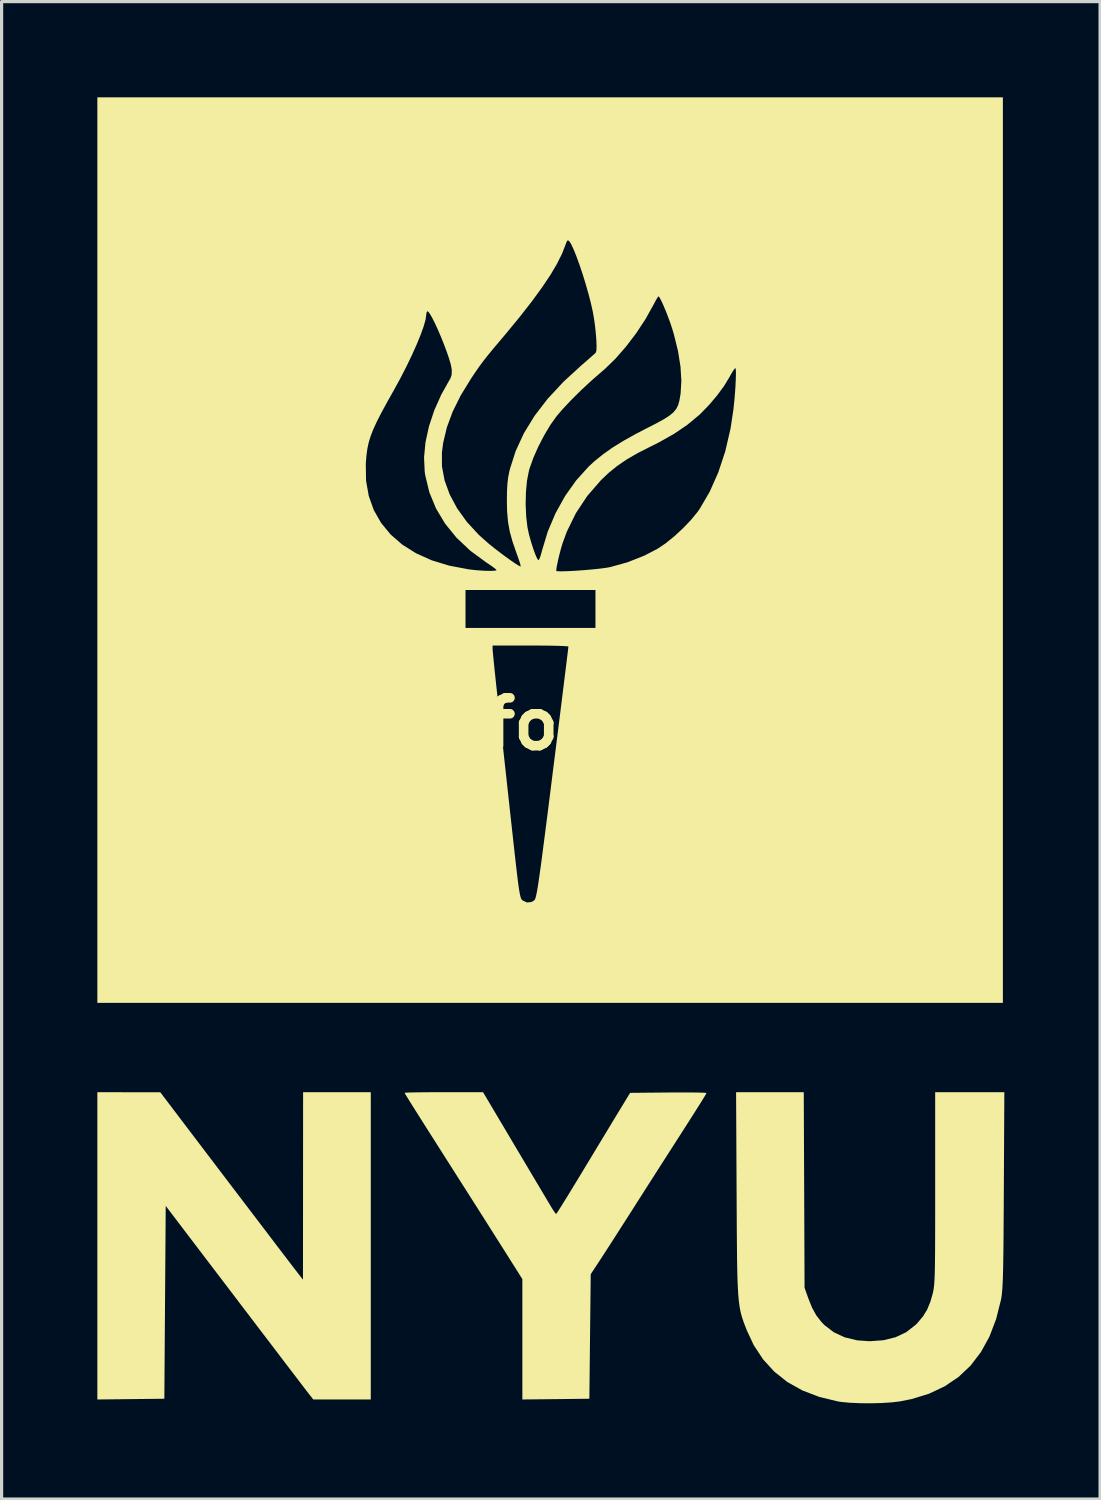
<source format=kicad_pcb>
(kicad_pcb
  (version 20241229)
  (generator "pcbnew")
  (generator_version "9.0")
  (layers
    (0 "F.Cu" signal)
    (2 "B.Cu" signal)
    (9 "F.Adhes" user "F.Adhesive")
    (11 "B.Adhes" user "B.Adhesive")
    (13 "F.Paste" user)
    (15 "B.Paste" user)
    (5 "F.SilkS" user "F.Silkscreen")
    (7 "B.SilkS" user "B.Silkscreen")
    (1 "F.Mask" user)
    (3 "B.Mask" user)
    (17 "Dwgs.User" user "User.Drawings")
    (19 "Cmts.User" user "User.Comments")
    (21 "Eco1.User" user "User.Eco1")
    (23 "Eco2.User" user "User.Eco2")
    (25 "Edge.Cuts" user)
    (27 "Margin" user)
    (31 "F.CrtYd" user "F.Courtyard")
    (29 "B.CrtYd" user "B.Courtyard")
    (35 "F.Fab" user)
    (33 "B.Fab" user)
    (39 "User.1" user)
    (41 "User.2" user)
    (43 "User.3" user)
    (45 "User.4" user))
  (footprint "NYU_footprint"
    (layer "F.Cu")
    (at 14.248 19.633)
    (property "Reference" "NYU_footprint" (at 0 0 0) (layer "F.SilkS") (effects (font (size 1.5 1.5) (thickness 0.3))))
    (attr board_only exclude_from_pos_files exclude_from_bom)
    (fp_poly (pts (xy -5.682 16.347) (xy -5.682 21.16) (xy -6.583 21.16) (xy -7.484 21.16) (xy -7.593 21.022) (xy -7.647 20.953) (xy -7.744 20.826) (xy -7.877 20.652) (xy -8.038 20.441) (xy -8.22 20.203) (xy -8.415 19.947) (xy -8.444 19.909) (xy -8.663 19.621) (xy -8.891 19.321) (xy -9.116 19.027) (xy -9.324 18.753) (xy -9.504 18.516) (xy -9.623 18.361) (xy -9.75 18.194) (xy -9.919 17.971) (xy -10.122 17.705) (xy -10.349 17.406) (xy -10.592 17.087) (xy -10.841 16.76) (xy -11.082 16.443) (xy -12.106 15.097) (xy -12.128 18.118) (xy -12.149 21.138) (xy -13.198 21.15) (xy -14.248 21.161) (xy -14.248 16.347) (xy -14.248 11.534) (xy -13.262 11.536) (xy -12.276 11.537) (xy -10.983 13.241) (xy -10.596 13.75) (xy -10.221 14.244) (xy -9.861 14.717) (xy -9.52 15.165) (xy -9.202 15.583) (xy -8.91 15.966) (xy -8.648 16.311) (xy -8.419 16.611) (xy -8.227 16.863) (xy -8.075 17.061) (xy -7.967 17.201) (xy -7.907 17.279) (xy -7.907 17.28) (xy -7.806 17.407) (xy -7.804 14.47) (xy -7.802 11.534) (xy -6.742 11.534) (xy -5.682 11.534)) (stroke (width 0) (type solid)) (fill yes) (layer "F.SilkS"))
    (fp_poly (pts (xy 7.896 14.598) (xy 7.908 17.661) (xy 8.025 17.991) (xy 8.144 18.287) (xy 8.274 18.524) (xy 8.433 18.728) (xy 8.534 18.833) (xy 8.822 19.054) (xy 9.163 19.213) (xy 9.551 19.308) (xy 9.942 19.336) (xy 10.377 19.305) (xy 10.757 19.212) (xy 11.088 19.056) (xy 11.376 18.833) (xy 11.445 18.764) (xy 11.618 18.559) (xy 11.748 18.347) (xy 11.849 18.101) (xy 11.918 17.863) (xy 11.934 17.797) (xy 11.948 17.729) (xy 11.959 17.651) (xy 11.969 17.557) (xy 11.977 17.442) (xy 11.984 17.297) (xy 11.989 17.118) (xy 11.993 16.896) (xy 11.996 16.627) (xy 11.998 16.303) (xy 11.999 15.919) (xy 12 15.466) (xy 12 14.94) (xy 12 14.538) (xy 12 11.534) (xy 13.084 11.534) (xy 14.167 11.534) (xy 14.151 14.598) (xy 14.148 15.194) (xy 14.144 15.713) (xy 14.141 16.159) (xy 14.137 16.539) (xy 14.132 16.861) (xy 14.127 17.129) (xy 14.121 17.351) (xy 14.113 17.534) (xy 14.105 17.682) (xy 14.095 17.803) (xy 14.084 17.904) (xy 14.071 17.989) (xy 14.063 18.033) (xy 13.909 18.644) (xy 13.7 19.192) (xy 13.433 19.676) (xy 13.111 20.098) (xy 12.732 20.456) (xy 12.296 20.75) (xy 11.804 20.982) (xy 11.255 21.15) (xy 10.898 21.221) (xy 10.637 21.252) (xy 10.325 21.272) (xy 9.987 21.281) (xy 9.647 21.278) (xy 9.33 21.264) (xy 9.061 21.239) (xy 8.957 21.223) (xy 8.369 21.081) (xy 7.84 20.878) (xy 7.37 20.615) (xy 6.96 20.29) (xy 6.609 19.905) (xy 6.316 19.46) (xy 6.101 18.999) (xy 6.047 18.861) (xy 5.999 18.735) (xy 5.958 18.615) (xy 5.923 18.494) (xy 5.893 18.367) (xy 5.868 18.226) (xy 5.848 18.065) (xy 5.831 17.878) (xy 5.818 17.657) (xy 5.807 17.397) (xy 5.799 17.09) (xy 5.793 16.731) (xy 5.789 16.312) (xy 5.785 15.828) (xy 5.782 15.271) (xy 5.779 14.704) (xy 5.763 11.534) (xy 6.823 11.534) (xy 7.883 11.534)) (stroke (width 0) (type solid)) (fill yes) (layer "F.SilkS"))
    (fp_poly (pts (xy -1.479 12.689) (xy -1.179 13.196) (xy -0.91 13.648) (xy -0.663 14.064) (xy -0.426 14.462) (xy -0.189 14.861) (xy -0.03 15.128) (xy 0.043 15.245) (xy 0.1 15.325) (xy 0.126 15.35) (xy 0.152 15.315) (xy 0.217 15.215) (xy 0.316 15.057) (xy 0.444 14.851) (xy 0.596 14.603) (xy 0.767 14.322) (xy 0.954 14.015) (xy 0.996 13.944) (xy 1.2 13.607) (xy 1.402 13.272) (xy 1.597 12.95) (xy 1.776 12.654) (xy 1.932 12.396) (xy 2.058 12.187) (xy 2.144 12.047) (xy 2.443 11.555) (xy 3.638 11.544) (xy 3.947 11.542) (xy 4.226 11.542) (xy 4.465 11.544) (xy 4.653 11.548) (xy 4.779 11.553) (xy 4.833 11.56) (xy 4.834 11.562) (xy 4.822 11.588) (xy 4.783 11.655) (xy 4.716 11.765) (xy 4.617 11.923) (xy 4.485 12.132) (xy 4.317 12.396) (xy 4.111 12.719) (xy 3.864 13.104) (xy 3.574 13.556) (xy 3.498 13.675) (xy 3.421 13.795) (xy 3.306 13.975) (xy 3.16 14.203) (xy 2.991 14.467) (xy 2.807 14.756) (xy 2.615 15.057) (xy 2.523 15.202) (xy 2.326 15.51) (xy 2.13 15.816) (xy 1.944 16.107) (xy 1.775 16.37) (xy 1.631 16.592) (xy 1.521 16.761) (xy 1.487 16.813) (xy 1.209 17.237) (xy 1.187 19.188) (xy 1.166 21.138) (xy 0.117 21.15) (xy -0.933 21.161) (xy -0.933 19.276) (xy -0.933 17.39) (xy -1.476 16.529) (xy -1.643 16.265) (xy -1.844 15.948) (xy -2.067 15.596) (xy -2.299 15.229) (xy -2.53 14.866) (xy -2.748 14.524) (xy -2.775 14.481) (xy -3.118 13.942) (xy -3.418 13.47) (xy -3.678 13.061) (xy -3.9 12.712) (xy -4.086 12.418) (xy -4.24 12.174) (xy -4.364 11.978) (xy -4.46 11.825) (xy -4.531 11.71) (xy -4.58 11.63) (xy -4.609 11.58) (xy -4.621 11.557) (xy -4.622 11.554) (xy -4.581 11.549) (xy -4.466 11.544) (xy -4.288 11.54) (xy -4.056 11.537) (xy -3.782 11.535) (xy -3.475 11.534) (xy -3.394 11.534) (xy -2.165 11.534)) (stroke (width 0) (type solid)) (fill yes) (layer "F.SilkS"))
    (fp_poly (pts (xy 14.121 -5.449) (xy 14.121 8.735) (xy -0.064 8.735) (xy -14.248 8.735) (xy -14.248 -2.459) (xy -1.866 -2.459) (xy -1.866 -2.353) (xy -1.861 -2.288) (xy -1.848 -2.148) (xy -1.828 -1.944) (xy -1.802 -1.687) (xy -1.77 -1.387) (xy -1.734 -1.053) (xy -1.697 -0.71) (xy -1.658 -0.351) (xy -1.611 0.076) (xy -1.558 0.555) (xy -1.502 1.07) (xy -1.443 1.604) (xy -1.384 2.143) (xy -1.327 2.668) (xy -1.275 3.138) (xy -1.22 3.639) (xy -1.173 4.063) (xy -1.133 4.417) (xy -1.099 4.706) (xy -1.071 4.938) (xy -1.046 5.119) (xy -1.024 5.257) (xy -1.005 5.357) (xy -0.987 5.427) (xy -0.969 5.474) (xy -0.95 5.504) (xy -0.931 5.523) (xy -0.791 5.59) (xy -0.648 5.577) (xy -0.56 5.523) (xy -0.545 5.504) (xy -0.529 5.472) (xy -0.513 5.42) (xy -0.495 5.344) (xy -0.474 5.24) (xy -0.45 5.101) (xy -0.423 4.923) (xy -0.391 4.701) (xy -0.353 4.43) (xy -0.31 4.104) (xy -0.26 3.719) (xy -0.202 3.27) (xy -0.136 2.752) (xy -0.061 2.159) (xy 0.018 1.527) (xy 0.09 0.959) (xy 0.158 0.416) (xy 0.222 -0.098) (xy 0.282 -0.576) (xy 0.336 -1.012) (xy 0.384 -1.401) (xy 0.426 -1.736) (xy 0.46 -2.012) (xy 0.486 -2.223) (xy 0.503 -2.362) (xy 0.51 -2.425) (xy 0.51 -2.428) (xy 0.469 -2.436) (xy 0.354 -2.443) (xy 0.176 -2.45) (xy -0.055 -2.455) (xy -0.328 -2.458) (xy -0.632 -2.459) (xy -0.678 -2.459) (xy -1.866 -2.459) (xy -14.248 -2.459) (xy -14.248 -4.198) (xy -2.714 -4.198) (xy -2.714 -3.604) (xy -2.714 -3.011) (xy -0.678 -3.011) (xy 1.357 -3.011) (xy 1.357 -3.604) (xy 1.357 -4.198) (xy -0.678 -4.198) (xy -2.714 -4.198) (xy -14.248 -4.198) (xy -14.248 -5.449) (xy -14.248 -8.141) (xy -5.838 -8.141) (xy -5.83 -7.625) (xy -5.745 -7.144) (xy -5.587 -6.701) (xy -5.357 -6.298) (xy -5.059 -5.937) (xy -4.694 -5.62) (xy -4.266 -5.351) (xy -3.775 -5.13) (xy -3.226 -4.962) (xy -2.619 -4.847) (xy -2.565 -4.84) (xy -2.36 -4.818) (xy -2.16 -4.804) (xy -1.981 -4.798) (xy -1.927 -4.799) (xy 0.127 -4.799) (xy 0.167 -4.787) (xy 0.276 -4.784) (xy 0.439 -4.787) (xy 0.641 -4.797) (xy 0.868 -4.811) (xy 1.104 -4.83) (xy 1.333 -4.851) (xy 1.542 -4.874) (xy 1.715 -4.898) (xy 1.81 -4.915) (xy 2.359 -5.067) (xy 2.889 -5.276) (xy 3.305 -5.492) (xy 3.558 -5.663) (xy 3.832 -5.885) (xy 4.105 -6.138) (xy 4.356 -6.401) (xy 4.561 -6.652) (xy 4.617 -6.731) (xy 4.936 -7.277) (xy 5.206 -7.885) (xy 5.425 -8.548) (xy 5.589 -9.257) (xy 5.678 -9.845) (xy 5.704 -10.089) (xy 5.726 -10.338) (xy 5.743 -10.577) (xy 5.753 -10.792) (xy 5.758 -10.968) (xy 5.755 -11.092) (xy 5.744 -11.15) (xy 5.741 -11.152) (xy 5.704 -11.117) (xy 5.643 -11.024) (xy 5.568 -10.894) (xy 5.555 -10.869) (xy 5.388 -10.593) (xy 5.168 -10.294) (xy 4.916 -9.996) (xy 4.648 -9.721) (xy 4.595 -9.672) (xy 4.232 -9.371) (xy 3.817 -9.09) (xy 3.339 -8.82) (xy 3.087 -8.694) (xy 2.68 -8.488) (xy 2.338 -8.29) (xy 2.042 -8.088) (xy 1.774 -7.871) (xy 1.527 -7.637) (xy 1.1 -7.144) (xy 0.743 -6.605) (xy 0.459 -6.025) (xy 0.326 -5.661) (xy 0.274 -5.487) (xy 0.223 -5.292) (xy 0.178 -5.099) (xy 0.144 -4.932) (xy 0.128 -4.817) (xy 0.127 -4.799) (xy -1.927 -4.799) (xy -1.842 -4.8) (xy -1.758 -4.811) (xy -1.741 -4.823) (xy -1.776 -4.859) (xy -1.866 -4.928) (xy -1.995 -5.017) (xy -2.059 -5.059) (xy -2.562 -5.428) (xy -2.995 -5.836) (xy -3.355 -6.28) (xy -3.64 -6.756) (xy -3.848 -7.262) (xy -3.976 -7.794) (xy -3.993 -7.91) (xy -4.013 -8.351) (xy -3.999 -8.502) (xy -3.454 -8.502) (xy -3.452 -8.07) (xy -3.369 -7.63) (xy -3.209 -7.19) (xy -2.976 -6.756) (xy -2.674 -6.335) (xy -2.304 -5.933) (xy -1.987 -5.65) (xy -1.817 -5.514) (xy -1.635 -5.374) (xy -1.454 -5.239) (xy -1.286 -5.119) (xy -1.144 -5.022) (xy -1.041 -4.958) (xy -0.989 -4.935) (xy -0.986 -4.936) (xy -0.992 -4.981) (xy -1.023 -5.088) (xy -1.074 -5.237) (xy -1.115 -5.35) (xy -1.24 -5.711) (xy -1.328 -6.03) (xy -1.383 -6.338) (xy -1.411 -6.666) (xy -1.416 -6.89) (xy -0.83 -6.89) (xy -0.814 -6.513) (xy -0.774 -6.169) (xy -0.727 -5.945) (xy -0.658 -5.7) (xy -0.589 -5.484) (xy -0.525 -5.308) (xy -0.471 -5.187) (xy -0.431 -5.133) (xy -0.426 -5.131) (xy -0.4 -5.169) (xy -0.363 -5.269) (xy -0.323 -5.412) (xy -0.316 -5.438) (xy -0.137 -6.032) (xy 0.107 -6.605) (xy 0.406 -7.144) (xy 0.755 -7.635) (xy 1.144 -8.066) (xy 1.329 -8.236) (xy 1.598 -8.453) (xy 1.892 -8.661) (xy 2.227 -8.868) (xy 2.616 -9.086) (xy 2.958 -9.263) (xy 3.259 -9.417) (xy 3.493 -9.545) (xy 3.669 -9.657) (xy 3.797 -9.762) (xy 3.887 -9.871) (xy 3.947 -9.992) (xy 3.988 -10.137) (xy 4.018 -10.314) (xy 4.025 -10.359) (xy 4.048 -10.752) (xy 4.021 -11.198) (xy 3.943 -11.685) (xy 3.816 -12.202) (xy 3.769 -12.361) (xy 3.706 -12.553) (xy 3.631 -12.757) (xy 3.553 -12.957) (xy 3.477 -13.136) (xy 3.41 -13.28) (xy 3.358 -13.373) (xy 3.332 -13.4) (xy 3.303 -13.365) (xy 3.248 -13.273) (xy 3.18 -13.143) (xy 3.175 -13.135) (xy 2.929 -12.693) (xy 2.639 -12.251) (xy 2.319 -11.83) (xy 1.986 -11.448) (xy 1.655 -11.126) (xy 1.592 -11.072) (xy 1.241 -10.767) (xy 0.901 -10.452) (xy 0.587 -10.14) (xy 0.315 -9.849) (xy 0.142 -9.647) (xy -0.051 -9.378) (xy -0.245 -9.054) (xy -0.428 -8.701) (xy -0.585 -8.349) (xy -0.702 -8.022) (xy -0.728 -7.93) (xy -0.787 -7.626) (xy -0.821 -7.27) (xy -0.83 -6.89) (xy -1.416 -6.89) (xy -1.418 -7.018) (xy -1.414 -7.305) (xy -1.401 -7.534) (xy -1.377 -7.731) (xy -1.339 -7.922) (xy -1.324 -7.985) (xy -1.142 -8.554) (xy -0.885 -9.11) (xy -0.551 -9.655) (xy -0.137 -10.193) (xy 0.357 -10.724) (xy 0.933 -11.252) (xy 1.09 -11.387) (xy 1.224 -11.505) (xy 1.322 -11.592) (xy 1.369 -11.638) (xy 1.37 -11.639) (xy 1.387 -11.708) (xy 1.392 -11.843) (xy 1.385 -12.028) (xy 1.368 -12.246) (xy 1.343 -12.481) (xy 1.31 -12.714) (xy 1.274 -12.918) (xy 1.213 -13.19) (xy 1.136 -13.486) (xy 1.048 -13.794) (xy 0.954 -14.099) (xy 0.856 -14.39) (xy 0.761 -14.651) (xy 0.673 -14.87) (xy 0.596 -15.034) (xy 0.534 -15.13) (xy 0.532 -15.132) (xy 0.492 -15.156) (xy 0.459 -15.121) (xy 0.423 -15.026) (xy 0.312 -14.739) (xy 0.154 -14.422) (xy -0.053 -14.071) (xy -0.313 -13.683) (xy -0.627 -13.252) (xy -0.999 -12.775) (xy -1.432 -12.248) (xy -1.569 -12.085) (xy -1.778 -11.838) (xy -1.943 -11.639) (xy -2.076 -11.474) (xy -2.189 -11.328) (xy -2.294 -11.185) (xy -2.401 -11.03) (xy -2.523 -10.849) (xy -2.533 -10.834) (xy -2.862 -10.299) (xy -3.116 -9.788) (xy -3.299 -9.292) (xy -3.415 -8.804) (xy -3.454 -8.502) (xy -3.999 -8.502) (xy -3.968 -8.826) (xy -3.86 -9.322) (xy -3.694 -9.825) (xy -3.473 -10.32) (xy -3.26 -10.701) (xy -3.183 -10.837) (xy -3.148 -10.945) (xy -3.144 -11.064) (xy -3.15 -11.134) (xy -3.176 -11.266) (xy -3.228 -11.445) (xy -3.3 -11.657) (xy -3.386 -11.888) (xy -3.481 -12.125) (xy -3.58 -12.355) (xy -3.676 -12.564) (xy -3.764 -12.738) (xy -3.838 -12.864) (xy -3.892 -12.928) (xy -3.906 -12.933) (xy -3.934 -12.897) (xy -3.944 -12.823) (xy -3.965 -12.672) (xy -4.025 -12.458) (xy -4.12 -12.193) (xy -4.246 -11.886) (xy -4.398 -11.548) (xy -4.571 -11.189) (xy -4.761 -10.82) (xy -4.962 -10.453) (xy -5.179 -10.067) (xy -5.355 -9.742) (xy -5.496 -9.466) (xy -5.606 -9.227) (xy -5.688 -9.015) (xy -5.748 -8.817) (xy -5.789 -8.623) (xy -5.817 -8.419) (xy -5.835 -8.196) (xy -5.838 -8.141) (xy -14.248 -8.141) (xy -14.248 -19.633) (xy -0.064 -19.633) (xy 14.121 -19.633)) (stroke (width 0) (type solid)) (fill yes) (layer "F.SilkS")))
  (gr_rect
    (start -3 -3)
    (end 31.415 43.914)
    (stroke (width 0.1) (type default))
    (fill no)
    (layer "Edge.Cuts")))
</source>
